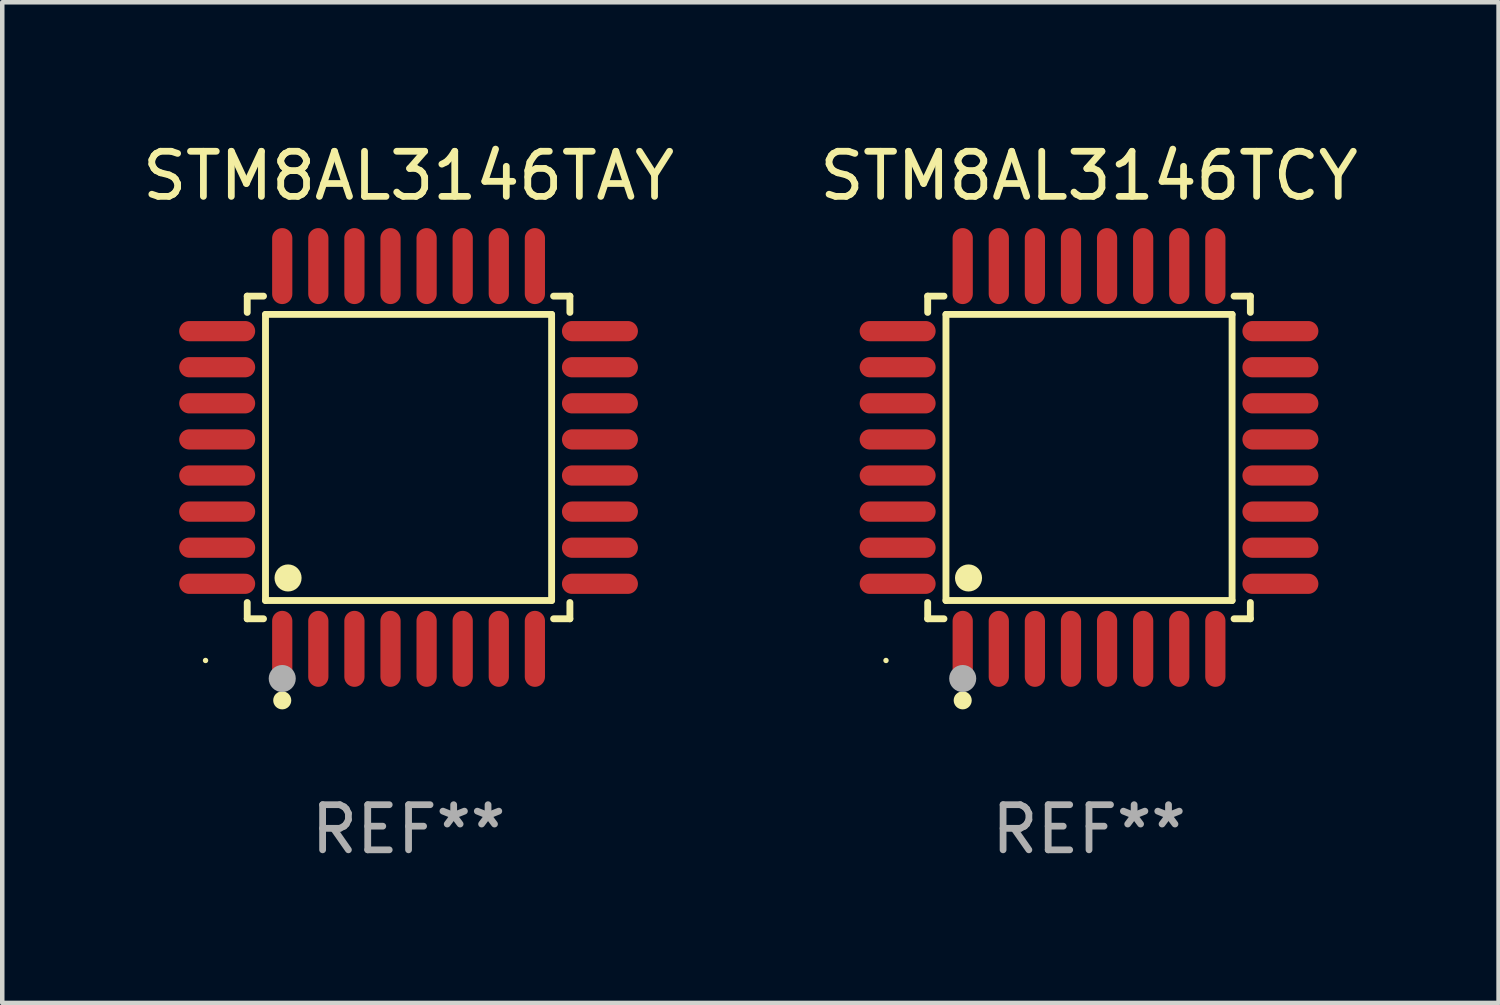
<source format=kicad_pcb>
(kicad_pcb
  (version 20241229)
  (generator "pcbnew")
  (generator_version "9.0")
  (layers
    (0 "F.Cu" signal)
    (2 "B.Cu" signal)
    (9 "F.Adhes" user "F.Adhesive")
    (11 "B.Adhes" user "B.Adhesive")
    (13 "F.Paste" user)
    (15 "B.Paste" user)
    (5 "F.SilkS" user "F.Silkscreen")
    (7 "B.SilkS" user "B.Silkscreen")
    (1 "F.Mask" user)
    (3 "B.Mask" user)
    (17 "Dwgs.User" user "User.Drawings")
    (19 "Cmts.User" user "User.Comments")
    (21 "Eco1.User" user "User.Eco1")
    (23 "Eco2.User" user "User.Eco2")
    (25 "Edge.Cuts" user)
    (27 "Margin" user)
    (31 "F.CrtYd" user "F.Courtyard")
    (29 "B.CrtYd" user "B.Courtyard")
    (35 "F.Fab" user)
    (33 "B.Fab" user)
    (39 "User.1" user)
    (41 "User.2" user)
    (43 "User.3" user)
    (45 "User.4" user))
  (footprint "STM8AL3146TAY"
    (layer "F.Cu")
    (at 6.006 7.09)
    (property "Reference" "STM8AL3146TAY" (at 0 -6.242 0) (layer "F.SilkS") (effects (font (size 1 1) (thickness 0.15))))
    (attr through_hole)
    (fp_line (start -3.576 -3.576) (end -3.215 -3.576) (stroke (width 0.152) (type solid)) (layer "F.SilkS"))
    (fp_line (start -3.576 -3.215) (end -3.576 -3.576) (stroke (width 0.152) (type solid)) (layer "F.SilkS"))
    (fp_line (start -3.576 3.215) (end -3.576 3.576) (stroke (width 0.152) (type solid)) (layer "F.SilkS"))
    (fp_line (start -3.576 3.576) (end -3.215 3.576) (stroke (width 0.152) (type solid)) (layer "F.SilkS"))
    (fp_line (start -3.171 -3.171) (end 3.171 -3.171) (stroke (width 0.152) (type solid)) (layer "F.SilkS"))
    (fp_line (start -3.171 3.171) (end -3.171 -3.171) (stroke (width 0.152) (type solid)) (layer "F.SilkS"))
    (fp_line (start 3.171 -3.171) (end 3.171 3.171) (stroke (width 0.152) (type solid)) (layer "F.SilkS"))
    (fp_line (start 3.171 3.171) (end -3.171 3.171) (stroke (width 0.152) (type solid)) (layer "F.SilkS"))
    (fp_line (start 3.576 -3.576) (end 3.215 -3.576) (stroke (width 0.152) (type solid)) (layer "F.SilkS"))
    (fp_line (start 3.576 -3.215) (end 3.576 -3.576) (stroke (width 0.152) (type solid)) (layer "F.SilkS"))
    (fp_line (start 3.576 3.215) (end 3.576 3.576) (stroke (width 0.152) (type solid)) (layer "F.SilkS"))
    (fp_line (start 3.576 3.576) (end 3.215 3.576) (stroke (width 0.152) (type solid)) (layer "F.SilkS"))
    (fp_circle (center -4.5 4.5) (end -4.47 4.5) (stroke (width 0.06) (type solid)) (fill no) (layer "F.SilkS"))
    (fp_circle (center -2.8 5.384) (end -2.7 5.384) (stroke (width 0.2) (type solid)) (fill no) (layer "F.SilkS"))
    (fp_circle (center -2.671 2.671) (end -2.521 2.671) (stroke (width 0.3) (type solid)) (fill no) (layer "F.SilkS"))
    (fp_circle (center -2.8 4.9) (end -2.65 4.9) (stroke (width 0.3) (type solid)) (fill no) (layer "F.Fab"))
    (fp_text user "REF**" (at 0 8.242 0) (layer "F.Fab") (effects (font (size 1 1) (thickness 0.15))))
    (pad "1" smd oval (at -2.8 4.242) (size 0.448 1.684) (layers "F.Cu" "F.Mask" "F.Paste"))
    (pad "2" smd oval (at -2 4.242) (size 0.448 1.684) (layers "F.Cu" "F.Mask" "F.Paste"))
    (pad "3" smd oval (at -1.2 4.242) (size 0.448 1.684) (layers "F.Cu" "F.Mask" "F.Paste"))
    (pad "4" smd oval (at -0.4 4.242) (size 0.448 1.684) (layers "F.Cu" "F.Mask" "F.Paste"))
    (pad "5" smd oval (at 0.4 4.242) (size 0.448 1.684) (layers "F.Cu" "F.Mask" "F.Paste"))
    (pad "6" smd oval (at 1.2 4.242) (size 0.448 1.684) (layers "F.Cu" "F.Mask" "F.Paste"))
    (pad "7" smd oval (at 2 4.242) (size 0.448 1.684) (layers "F.Cu" "F.Mask" "F.Paste"))
    (pad "8" smd oval (at 2.8 4.242) (size 0.448 1.684) (layers "F.Cu" "F.Mask" "F.Paste"))
    (pad "9" smd oval (at 4.242 2.8) (size 1.684 0.448) (layers "F.Cu" "F.Mask" "F.Paste"))
    (pad "10" smd oval (at 4.242 2) (size 1.684 0.448) (layers "F.Cu" "F.Mask" "F.Paste"))
    (pad "11" smd oval (at 4.242 1.2) (size 1.684 0.448) (layers "F.Cu" "F.Mask" "F.Paste"))
    (pad "12" smd oval (at 4.242 0.4) (size 1.684 0.448) (layers "F.Cu" "F.Mask" "F.Paste"))
    (pad "13" smd oval (at 4.242 -0.4) (size 1.684 0.448) (layers "F.Cu" "F.Mask" "F.Paste"))
    (pad "14" smd oval (at 4.242 -1.2) (size 1.684 0.448) (layers "F.Cu" "F.Mask" "F.Paste"))
    (pad "15" smd oval (at 4.242 -2) (size 1.684 0.448) (layers "F.Cu" "F.Mask" "F.Paste"))
    (pad "16" smd oval (at 4.242 -2.8) (size 1.684 0.448) (layers "F.Cu" "F.Mask" "F.Paste"))
    (pad "17" smd oval (at 2.8 -4.242) (size 0.448 1.684) (layers "F.Cu" "F.Mask" "F.Paste"))
    (pad "18" smd oval (at 2 -4.242) (size 0.448 1.684) (layers "F.Cu" "F.Mask" "F.Paste"))
    (pad "19" smd oval (at 1.2 -4.242) (size 0.448 1.684) (layers "F.Cu" "F.Mask" "F.Paste"))
    (pad "20" smd oval (at 0.4 -4.242) (size 0.448 1.684) (layers "F.Cu" "F.Mask" "F.Paste"))
    (pad "21" smd oval (at -0.4 -4.242) (size 0.448 1.684) (layers "F.Cu" "F.Mask" "F.Paste"))
    (pad "22" smd oval (at -1.2 -4.242) (size 0.448 1.684) (layers "F.Cu" "F.Mask" "F.Paste"))
    (pad "23" smd oval (at -2 -4.242) (size 0.448 1.684) (layers "F.Cu" "F.Mask" "F.Paste"))
    (pad "24" smd oval (at -2.8 -4.242) (size 0.448 1.684) (layers "F.Cu" "F.Mask" "F.Paste"))
    (pad "25" smd oval (at -4.242 -2.8) (size 1.684 0.448) (layers "F.Cu" "F.Mask" "F.Paste"))
    (pad "26" smd oval (at -4.242 -2) (size 1.684 0.448) (layers "F.Cu" "F.Mask" "F.Paste"))
    (pad "27" smd oval (at -4.242 -1.2) (size 1.684 0.448) (layers "F.Cu" "F.Mask" "F.Paste"))
    (pad "28" smd oval (at -4.242 -0.4) (size 1.684 0.448) (layers "F.Cu" "F.Mask" "F.Paste"))
    (pad "29" smd oval (at -4.242 0.4) (size 1.684 0.448) (layers "F.Cu" "F.Mask" "F.Paste"))
    (pad "30" smd oval (at -4.242 1.2) (size 1.684 0.448) (layers "F.Cu" "F.Mask" "F.Paste"))
    (pad "31" smd oval (at -4.242 2) (size 1.684 0.448) (layers "F.Cu" "F.Mask" "F.Paste"))
    (pad "32" smd oval (at -4.242 2.8) (size 1.684 0.448) (layers "F.Cu" "F.Mask" "F.Paste")))
  (footprint "STM8AL3146TCY"
    (layer "F.Cu")
    (at 21.089 7.09)
    (property "Reference" "STM8AL3146TCY" (at 0 -6.242 0) (layer "F.SilkS") (effects (font (size 1 1) (thickness 0.15))))
    (attr through_hole)
    (fp_line (start -3.576 -3.576) (end -3.215 -3.576) (stroke (width 0.152) (type solid)) (layer "F.SilkS"))
    (fp_line (start -3.576 -3.215) (end -3.576 -3.576) (stroke (width 0.152) (type solid)) (layer "F.SilkS"))
    (fp_line (start -3.576 3.215) (end -3.576 3.576) (stroke (width 0.152) (type solid)) (layer "F.SilkS"))
    (fp_line (start -3.576 3.576) (end -3.215 3.576) (stroke (width 0.152) (type solid)) (layer "F.SilkS"))
    (fp_line (start -3.171 -3.171) (end 3.171 -3.171) (stroke (width 0.152) (type solid)) (layer "F.SilkS"))
    (fp_line (start -3.171 3.171) (end -3.171 -3.171) (stroke (width 0.152) (type solid)) (layer "F.SilkS"))
    (fp_line (start 3.171 -3.171) (end 3.171 3.171) (stroke (width 0.152) (type solid)) (layer "F.SilkS"))
    (fp_line (start 3.171 3.171) (end -3.171 3.171) (stroke (width 0.152) (type solid)) (layer "F.SilkS"))
    (fp_line (start 3.576 -3.576) (end 3.215 -3.576) (stroke (width 0.152) (type solid)) (layer "F.SilkS"))
    (fp_line (start 3.576 -3.215) (end 3.576 -3.576) (stroke (width 0.152) (type solid)) (layer "F.SilkS"))
    (fp_line (start 3.576 3.215) (end 3.576 3.576) (stroke (width 0.152) (type solid)) (layer "F.SilkS"))
    (fp_line (start 3.576 3.576) (end 3.215 3.576) (stroke (width 0.152) (type solid)) (layer "F.SilkS"))
    (fp_circle (center -4.5 4.5) (end -4.47 4.5) (stroke (width 0.06) (type solid)) (fill no) (layer "F.SilkS"))
    (fp_circle (center -2.8 5.384) (end -2.7 5.384) (stroke (width 0.2) (type solid)) (fill no) (layer "F.SilkS"))
    (fp_circle (center -2.671 2.671) (end -2.521 2.671) (stroke (width 0.3) (type solid)) (fill no) (layer "F.SilkS"))
    (fp_circle (center -2.8 4.9) (end -2.65 4.9) (stroke (width 0.3) (type solid)) (fill no) (layer "F.Fab"))
    (fp_text user "REF**" (at 0 8.242 0) (layer "F.Fab") (effects (font (size 1 1) (thickness 0.15))))
    (pad "1" smd oval (at -2.8 4.242) (size 0.448 1.684) (layers "F.Cu" "F.Mask" "F.Paste"))
    (pad "2" smd oval (at -2 4.242) (size 0.448 1.684) (layers "F.Cu" "F.Mask" "F.Paste"))
    (pad "3" smd oval (at -1.2 4.242) (size 0.448 1.684) (layers "F.Cu" "F.Mask" "F.Paste"))
    (pad "4" smd oval (at -0.4 4.242) (size 0.448 1.684) (layers "F.Cu" "F.Mask" "F.Paste"))
    (pad "5" smd oval (at 0.4 4.242) (size 0.448 1.684) (layers "F.Cu" "F.Mask" "F.Paste"))
    (pad "6" smd oval (at 1.2 4.242) (size 0.448 1.684) (layers "F.Cu" "F.Mask" "F.Paste"))
    (pad "7" smd oval (at 2 4.242) (size 0.448 1.684) (layers "F.Cu" "F.Mask" "F.Paste"))
    (pad "8" smd oval (at 2.8 4.242) (size 0.448 1.684) (layers "F.Cu" "F.Mask" "F.Paste"))
    (pad "9" smd oval (at 4.242 2.8) (size 1.684 0.448) (layers "F.Cu" "F.Mask" "F.Paste"))
    (pad "10" smd oval (at 4.242 2) (size 1.684 0.448) (layers "F.Cu" "F.Mask" "F.Paste"))
    (pad "11" smd oval (at 4.242 1.2) (size 1.684 0.448) (layers "F.Cu" "F.Mask" "F.Paste"))
    (pad "12" smd oval (at 4.242 0.4) (size 1.684 0.448) (layers "F.Cu" "F.Mask" "F.Paste"))
    (pad "13" smd oval (at 4.242 -0.4) (size 1.684 0.448) (layers "F.Cu" "F.Mask" "F.Paste"))
    (pad "14" smd oval (at 4.242 -1.2) (size 1.684 0.448) (layers "F.Cu" "F.Mask" "F.Paste"))
    (pad "15" smd oval (at 4.242 -2) (size 1.684 0.448) (layers "F.Cu" "F.Mask" "F.Paste"))
    (pad "16" smd oval (at 4.242 -2.8) (size 1.684 0.448) (layers "F.Cu" "F.Mask" "F.Paste"))
    (pad "17" smd oval (at 2.8 -4.242) (size 0.448 1.684) (layers "F.Cu" "F.Mask" "F.Paste"))
    (pad "18" smd oval (at 2 -4.242) (size 0.448 1.684) (layers "F.Cu" "F.Mask" "F.Paste"))
    (pad "19" smd oval (at 1.2 -4.242) (size 0.448 1.684) (layers "F.Cu" "F.Mask" "F.Paste"))
    (pad "20" smd oval (at 0.4 -4.242) (size 0.448 1.684) (layers "F.Cu" "F.Mask" "F.Paste"))
    (pad "21" smd oval (at -0.4 -4.242) (size 0.448 1.684) (layers "F.Cu" "F.Mask" "F.Paste"))
    (pad "22" smd oval (at -1.2 -4.242) (size 0.448 1.684) (layers "F.Cu" "F.Mask" "F.Paste"))
    (pad "23" smd oval (at -2 -4.242) (size 0.448 1.684) (layers "F.Cu" "F.Mask" "F.Paste"))
    (pad "24" smd oval (at -2.8 -4.242) (size 0.448 1.684) (layers "F.Cu" "F.Mask" "F.Paste"))
    (pad "25" smd oval (at -4.242 -2.8) (size 1.684 0.448) (layers "F.Cu" "F.Mask" "F.Paste"))
    (pad "26" smd oval (at -4.242 -2) (size 1.684 0.448) (layers "F.Cu" "F.Mask" "F.Paste"))
    (pad "27" smd oval (at -4.242 -1.2) (size 1.684 0.448) (layers "F.Cu" "F.Mask" "F.Paste"))
    (pad "28" smd oval (at -4.242 -0.4) (size 1.684 0.448) (layers "F.Cu" "F.Mask" "F.Paste"))
    (pad "29" smd oval (at -4.242 0.4) (size 1.684 0.448) (layers "F.Cu" "F.Mask" "F.Paste"))
    (pad "30" smd oval (at -4.242 1.2) (size 1.684 0.448) (layers "F.Cu" "F.Mask" "F.Paste"))
    (pad "31" smd oval (at -4.242 2) (size 1.684 0.448) (layers "F.Cu" "F.Mask" "F.Paste"))
    (pad "32" smd oval (at -4.242 2.8) (size 1.684 0.448) (layers "F.Cu" "F.Mask" "F.Paste")))
  (gr_rect
    (start -3 -3)
    (end 30.167 19.181)
    (stroke (width 0.1) (type default))
    (fill no)
    (layer "Edge.Cuts")))
</source>
